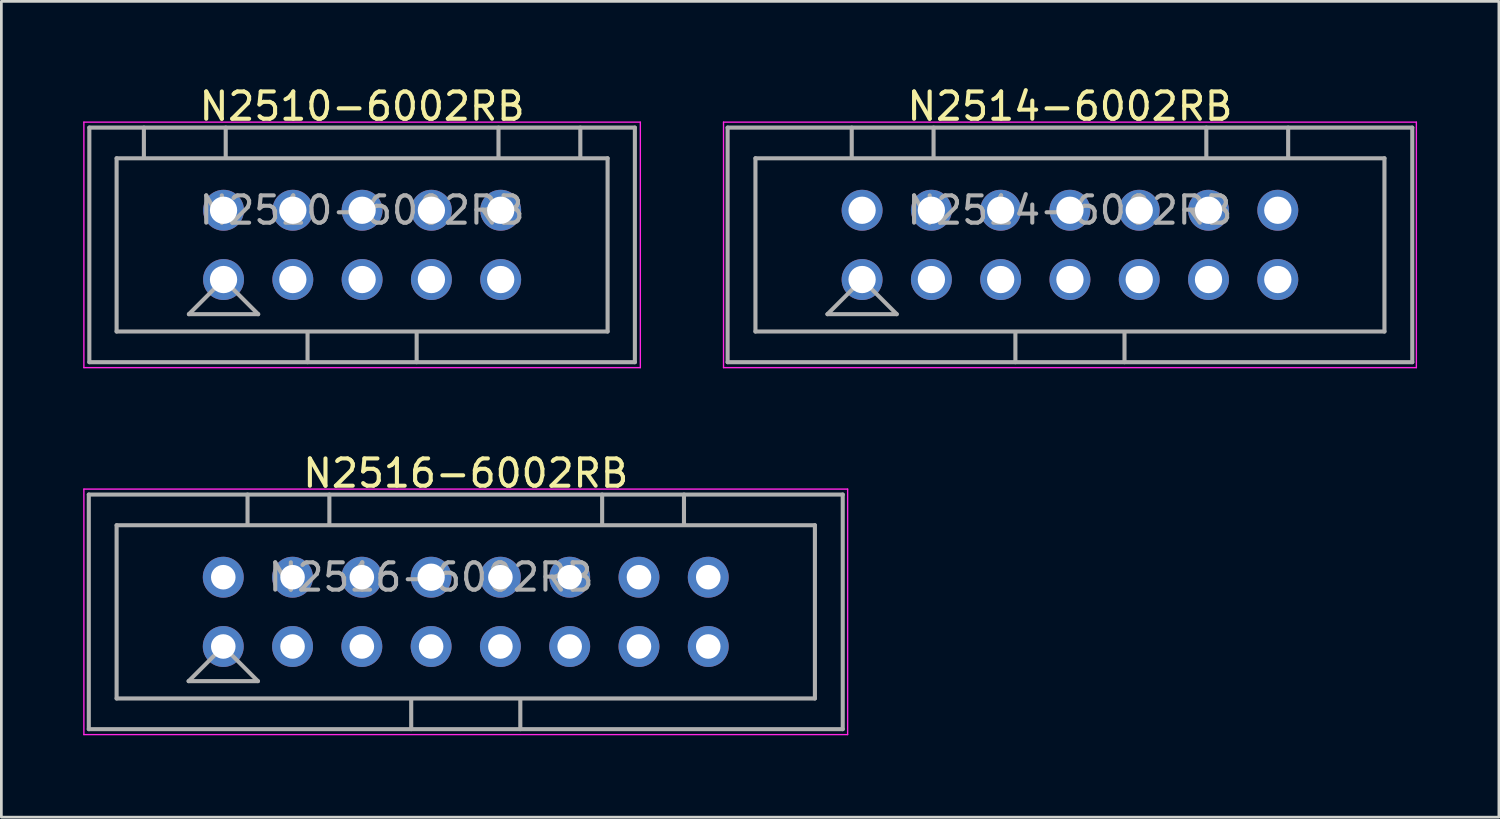
<source format=kicad_pcb>
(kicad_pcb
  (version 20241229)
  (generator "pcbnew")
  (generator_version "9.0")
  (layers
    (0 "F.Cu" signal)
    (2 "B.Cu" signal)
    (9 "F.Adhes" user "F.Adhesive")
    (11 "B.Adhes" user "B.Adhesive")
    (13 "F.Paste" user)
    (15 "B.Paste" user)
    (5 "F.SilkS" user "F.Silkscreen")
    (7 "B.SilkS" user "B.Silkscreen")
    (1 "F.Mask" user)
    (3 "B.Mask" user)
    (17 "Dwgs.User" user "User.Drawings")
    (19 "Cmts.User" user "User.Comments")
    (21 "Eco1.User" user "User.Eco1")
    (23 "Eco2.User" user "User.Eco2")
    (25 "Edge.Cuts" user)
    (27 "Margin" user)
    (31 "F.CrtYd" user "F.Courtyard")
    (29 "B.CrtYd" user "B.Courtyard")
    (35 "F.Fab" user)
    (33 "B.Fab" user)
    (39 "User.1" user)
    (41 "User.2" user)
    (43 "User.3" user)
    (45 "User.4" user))
  (footprint "N2516-6002RB"
    (layer "F.Cu")
    (at 14.025 19.381)
    (property "Reference" "N2516-6002RB" (at 0 -5.08 0) (layer "F.SilkS") (effects (font (size 1 1) (thickness 0.15))))
    (attr through_hole)
    (fp_line (start -14 -4.5) (end 14 -4.5) (stroke (width 0.05) (type solid)) (layer "F.CrtYd"))
    (fp_line (start -14 4.5) (end -14 -4.5) (stroke (width 0.05) (type solid)) (layer "F.CrtYd"))
    (fp_line (start 14 -4.5) (end 14 4.5) (stroke (width 0.05) (type solid)) (layer "F.CrtYd"))
    (fp_line (start 14 4.5) (end -14 4.5) (stroke (width 0.05) (type solid)) (layer "F.CrtYd"))
    (fp_line (start -13.82 -4.3) (end 13.82 -4.3) (stroke (width 0.15) (type solid)) (layer "F.Fab"))
    (fp_line (start -13.82 4.3) (end -13.82 -4.3) (stroke (width 0.15) (type solid)) (layer "F.Fab"))
    (fp_line (start -12.8 -3.175) (end 12.8 -3.175) (stroke (width 0.15) (type solid)) (layer "F.Fab"))
    (fp_line (start -12.8 3.175) (end -12.8 -3.175) (stroke (width 0.15) (type solid)) (layer "F.Fab"))
    (fp_line (start -8.89 1.27) (end -10.16 2.54) (stroke (width 0.15) (type solid)) (layer "F.Fab"))
    (fp_line (start -8.89 1.27) (end -7.62 2.54) (stroke (width 0.15) (type solid)) (layer "F.Fab"))
    (fp_line (start -8 -4.3) (end -8 -3.2) (stroke (width 0.15) (type solid)) (layer "F.Fab"))
    (fp_line (start -7.62 2.54) (end -10.16 2.54) (stroke (width 0.15) (type solid)) (layer "F.Fab"))
    (fp_line (start -5 -4.3) (end -5 -3.2) (stroke (width 0.15) (type solid)) (layer "F.Fab"))
    (fp_line (start -2 3.2) (end -2 4.3) (stroke (width 0.15) (type solid)) (layer "F.Fab"))
    (fp_line (start 2 3.2) (end 2 4.3) (stroke (width 0.15) (type solid)) (layer "F.Fab"))
    (fp_line (start 5 -3.2) (end 5 -4.3) (stroke (width 0.15) (type solid)) (layer "F.Fab"))
    (fp_line (start 8 -3.2) (end 8 -4.3) (stroke (width 0.15) (type solid)) (layer "F.Fab"))
    (fp_line (start 12.8 -3.175) (end 12.8 3.175) (stroke (width 0.15) (type solid)) (layer "F.Fab"))
    (fp_line (start 12.8 3.175) (end -12.8 3.175) (stroke (width 0.15) (type solid)) (layer "F.Fab"))
    (fp_line (start 13.82 -4.3) (end 13.82 4.3) (stroke (width 0.15) (type solid)) (layer "F.Fab"))
    (fp_line (start 13.82 4.3) (end -13.82 4.3) (stroke (width 0.15) (type solid)) (layer "F.Fab"))
    (fp_text user "${REFERENCE}" (at -1.27 -1.27 0) (layer "F.Fab") (effects (font (size 1 1) (thickness 0.15))))
    (pad "1" thru_hole circle (at -8.89 1.27) (size 1.5 1.5) (drill 0.9) (layers "*.Cu" "*.Mask"))
    (pad "2" thru_hole circle (at -8.89 -1.27) (size 1.5 1.5) (drill 0.9) (layers "*.Cu" "*.Mask"))
    (pad "3" thru_hole circle (at -6.35 1.27) (size 1.5 1.5) (drill 0.9) (layers "*.Cu" "*.Mask"))
    (pad "4" thru_hole circle (at -6.35 -1.27) (size 1.5 1.5) (drill 0.9) (layers "*.Cu" "*.Mask"))
    (pad "5" thru_hole circle (at -3.81 1.27) (size 1.5 1.5) (drill 0.9) (layers "*.Cu" "*.Mask"))
    (pad "6" thru_hole circle (at -3.81 -1.27) (size 1.5 1.5) (drill 0.9) (layers "*.Cu" "*.Mask"))
    (pad "7" thru_hole circle (at -1.27 1.27) (size 1.5 1.5) (drill 0.9) (layers "*.Cu" "*.Mask"))
    (pad "8" thru_hole circle (at -1.27 -1.27) (size 1.5 1.5) (drill 1) (layers "*.Cu" "*.Mask"))
    (pad "9" thru_hole circle (at 1.27 1.27) (size 1.5 1.5) (drill 0.9) (layers "*.Cu" "*.Mask"))
    (pad "10" thru_hole circle (at 1.27 -1.27) (size 1.5 1.5) (drill 0.9) (layers "*.Cu" "*.Mask"))
    (pad "11" thru_hole circle (at 3.81 1.27) (size 1.5 1.5) (drill 0.9) (layers "*.Cu" "*.Mask"))
    (pad "12" thru_hole circle (at 3.81 -1.27) (size 1.5 1.5) (drill 0.9) (layers "*.Cu" "*.Mask"))
    (pad "13" thru_hole circle (at 6.35 1.27) (size 1.5 1.5) (drill 0.9) (layers "*.Cu" "*.Mask"))
    (pad "14" thru_hole circle (at 6.35 -1.27) (size 1.5 1.5) (drill 0.9) (layers "*.Cu" "*.Mask"))
    (pad "15" thru_hole circle (at 8.89 1.27) (size 1.5 1.5) (drill 0.9) (layers "*.Cu" "*.Mask"))
    (pad "16" thru_hole circle (at 8.89 -1.27) (size 1.5 1.5) (drill 0.9) (layers "*.Cu" "*.Mask")))
  (footprint "N2514-6002RB"
    (layer "F.Cu")
    (at 36.175 5.928)
    (property "Reference" "N2514-6002RB" (at 0 -5.08 0) (layer "F.SilkS") (effects (font (size 1 1) (thickness 0.15))))
    (attr through_hole)
    (fp_line (start -12.7 -4.5) (end 12.7 -4.5) (stroke (width 0.05) (type solid)) (layer "F.CrtYd"))
    (fp_line (start -12.7 4.5) (end -12.7 -4.5) (stroke (width 0.05) (type solid)) (layer "F.CrtYd"))
    (fp_line (start 12.7 -4.5) (end 12.7 4.5) (stroke (width 0.05) (type solid)) (layer "F.CrtYd"))
    (fp_line (start 12.7 4.5) (end -12.7 4.5) (stroke (width 0.05) (type solid)) (layer "F.CrtYd"))
    (fp_line (start -12.55 -4.3) (end 12.55 -4.3) (stroke (width 0.15) (type solid)) (layer "F.Fab"))
    (fp_line (start -12.55 4.3) (end -12.55 -4.3) (stroke (width 0.15) (type solid)) (layer "F.Fab"))
    (fp_line (start -11.53 -3.175) (end 11.53 -3.175) (stroke (width 0.15) (type solid)) (layer "F.Fab"))
    (fp_line (start -11.53 3.175) (end -11.53 -3.175) (stroke (width 0.15) (type solid)) (layer "F.Fab"))
    (fp_line (start -8 -4.3) (end -8 -3.2) (stroke (width 0.15) (type solid)) (layer "F.Fab"))
    (fp_line (start -7.62 1.27) (end -8.89 2.54) (stroke (width 0.15) (type solid)) (layer "F.Fab"))
    (fp_line (start -7.62 1.27) (end -6.35 2.54) (stroke (width 0.15) (type solid)) (layer "F.Fab"))
    (fp_line (start -6.35 2.54) (end -8.89 2.54) (stroke (width 0.15) (type solid)) (layer "F.Fab"))
    (fp_line (start -5 -4.3) (end -5 -3.2) (stroke (width 0.15) (type solid)) (layer "F.Fab"))
    (fp_line (start -2 3.2) (end -2 4.3) (stroke (width 0.15) (type solid)) (layer "F.Fab"))
    (fp_line (start 2 3.2) (end 2 4.3) (stroke (width 0.15) (type solid)) (layer "F.Fab"))
    (fp_line (start 5 -3.2) (end 5 -4.3) (stroke (width 0.15) (type solid)) (layer "F.Fab"))
    (fp_line (start 8 -3.2) (end 8 -4.3) (stroke (width 0.15) (type solid)) (layer "F.Fab"))
    (fp_line (start 11.53 -3.175) (end 11.53 3.175) (stroke (width 0.15) (type solid)) (layer "F.Fab"))
    (fp_line (start 11.53 3.175) (end -11.53 3.175) (stroke (width 0.15) (type solid)) (layer "F.Fab"))
    (fp_line (start 12.55 -4.3) (end 12.55 4.3) (stroke (width 0.15) (type solid)) (layer "F.Fab"))
    (fp_line (start 12.55 4.3) (end -12.55 4.3) (stroke (width 0.15) (type solid)) (layer "F.Fab"))
    (fp_text user "${REFERENCE}" (at 0 -1.27 0) (layer "F.Fab") (effects (font (size 1 1) (thickness 0.15))))
    (pad "1" thru_hole circle (at -7.62 1.27) (size 1.5 1.5) (drill 1) (layers "*.Cu" "*.Mask"))
    (pad "2" thru_hole circle (at -7.62 -1.27) (size 1.5 1.5) (drill 1) (layers "*.Cu" "*.Mask"))
    (pad "3" thru_hole circle (at -5.08 1.27) (size 1.5 1.5) (drill 1) (layers "*.Cu" "*.Mask"))
    (pad "4" thru_hole circle (at -5.08 -1.27) (size 1.5 1.5) (drill 1) (layers "*.Cu" "*.Mask"))
    (pad "5" thru_hole circle (at -2.54 1.27) (size 1.5 1.5) (drill 1) (layers "*.Cu" "*.Mask"))
    (pad "6" thru_hole circle (at -2.54 -1.27) (size 1.5 1.5) (drill 1) (layers "*.Cu" "*.Mask"))
    (pad "7" thru_hole circle (at 0 1.27) (size 1.5 1.5) (drill 1) (layers "*.Cu" "*.Mask"))
    (pad "8" thru_hole circle (at 0 -1.27) (size 1.5 1.5) (drill 1) (layers "*.Cu" "*.Mask"))
    (pad "9" thru_hole circle (at 2.54 1.27) (size 1.5 1.5) (drill 1) (layers "*.Cu" "*.Mask"))
    (pad "10" thru_hole circle (at 2.54 -1.27) (size 1.5 1.5) (drill 1) (layers "*.Cu" "*.Mask"))
    (pad "11" thru_hole circle (at 5.08 1.27) (size 1.5 1.5) (drill 1) (layers "*.Cu" "*.Mask"))
    (pad "12" thru_hole circle (at 5.08 -1.27) (size 1.5 1.5) (drill 1) (layers "*.Cu" "*.Mask"))
    (pad "13" thru_hole circle (at 7.62 1.27) (size 1.5 1.5) (drill 1) (layers "*.Cu" "*.Mask"))
    (pad "14" thru_hole circle (at 7.62 -1.27) (size 1.5 1.5) (drill 1) (layers "*.Cu" "*.Mask")))
  (footprint "N2510-6002RB"
    (layer "F.Cu")
    (at 10.225 5.928)
    (property "Reference" "N2510-6002RB" (at 0 -5.08 0) (layer "F.SilkS") (effects (font (size 1 1) (thickness 0.15))))
    (attr through_hole)
    (fp_line (start -10.2 -4.5) (end 10.2 -4.5) (stroke (width 0.05) (type solid)) (layer "F.CrtYd"))
    (fp_line (start -10.2 4.5) (end -10.2 -4.5) (stroke (width 0.05) (type solid)) (layer "F.CrtYd"))
    (fp_line (start 10.2 -4.5) (end 10.2 4.5) (stroke (width 0.05) (type solid)) (layer "F.CrtYd"))
    (fp_line (start 10.2 4.5) (end -10.2 4.5) (stroke (width 0.05) (type solid)) (layer "F.CrtYd"))
    (fp_line (start -10 -4.3) (end 10 -4.3) (stroke (width 0.15) (type solid)) (layer "F.Fab"))
    (fp_line (start -10 4.3) (end -10 -4.3) (stroke (width 0.15) (type solid)) (layer "F.Fab"))
    (fp_line (start -9 -3.175) (end 9 -3.175) (stroke (width 0.15) (type solid)) (layer "F.Fab"))
    (fp_line (start -9 3.175) (end -9 -3.175) (stroke (width 0.15) (type solid)) (layer "F.Fab"))
    (fp_line (start -8 -4.3) (end -8 -3.2) (stroke (width 0.15) (type solid)) (layer "F.Fab"))
    (fp_line (start -5.08 1.27) (end -6.35 2.54) (stroke (width 0.15) (type solid)) (layer "F.Fab"))
    (fp_line (start -5.08 1.27) (end -3.81 2.54) (stroke (width 0.15) (type solid)) (layer "F.Fab"))
    (fp_line (start -5 -4.3) (end -5 -3.2) (stroke (width 0.15) (type solid)) (layer "F.Fab"))
    (fp_line (start -3.81 2.54) (end -6.35 2.54) (stroke (width 0.15) (type solid)) (layer "F.Fab"))
    (fp_line (start -2 3.2) (end -2 4.3) (stroke (width 0.15) (type solid)) (layer "F.Fab"))
    (fp_line (start 2 3.2) (end 2 4.3) (stroke (width 0.15) (type solid)) (layer "F.Fab"))
    (fp_line (start 5 -3.2) (end 5 -4.3) (stroke (width 0.15) (type solid)) (layer "F.Fab"))
    (fp_line (start 8 -3.2) (end 8 -4.3) (stroke (width 0.15) (type solid)) (layer "F.Fab"))
    (fp_line (start 9 -3.175) (end 9 3.175) (stroke (width 0.15) (type solid)) (layer "F.Fab"))
    (fp_line (start 9 3.175) (end -9 3.175) (stroke (width 0.15) (type solid)) (layer "F.Fab"))
    (fp_line (start 10 -4.3) (end 10 4.3) (stroke (width 0.15) (type solid)) (layer "F.Fab"))
    (fp_line (start 10 4.3) (end -10 4.3) (stroke (width 0.15) (type solid)) (layer "F.Fab"))
    (fp_text user "${REFERENCE}" (at 0 -1.27 0) (layer "F.Fab") (effects (font (size 1 1) (thickness 0.15))))
    (pad "1" thru_hole circle (at -5.08 1.27) (size 1.5 1.5) (drill 1) (layers "*.Cu" "*.Mask"))
    (pad "2" thru_hole circle (at -5.08 -1.27) (size 1.5 1.5) (drill 1) (layers "*.Cu" "*.Mask"))
    (pad "3" thru_hole circle (at -2.54 1.27) (size 1.5 1.5) (drill 1) (layers "*.Cu" "*.Mask"))
    (pad "4" thru_hole circle (at -2.54 -1.27) (size 1.5 1.5) (drill 1) (layers "*.Cu" "*.Mask"))
    (pad "5" thru_hole circle (at 0 1.27) (size 1.5 1.5) (drill 1) (layers "*.Cu" "*.Mask"))
    (pad "6" thru_hole circle (at 0 -1.27) (size 1.5 1.5) (drill 1) (layers "*.Cu" "*.Mask"))
    (pad "7" thru_hole circle (at 2.54 1.27) (size 1.5 1.5) (drill 1) (layers "*.Cu" "*.Mask"))
    (pad "8" thru_hole circle (at 2.54 -1.27) (size 1.5 1.5) (drill 1) (layers "*.Cu" "*.Mask"))
    (pad "9" thru_hole circle (at 5.08 1.27) (size 1.5 1.5) (drill 1) (layers "*.Cu" "*.Mask"))
    (pad "10" thru_hole circle (at 5.08 -1.27) (size 1.5 1.5) (drill 1) (layers "*.Cu" "*.Mask")))
  (gr_rect
    (start -3 -3)
    (end 51.9 26.907)
    (stroke (width 0.1) (type default))
    (fill no)
    (layer "Edge.Cuts")))
</source>
